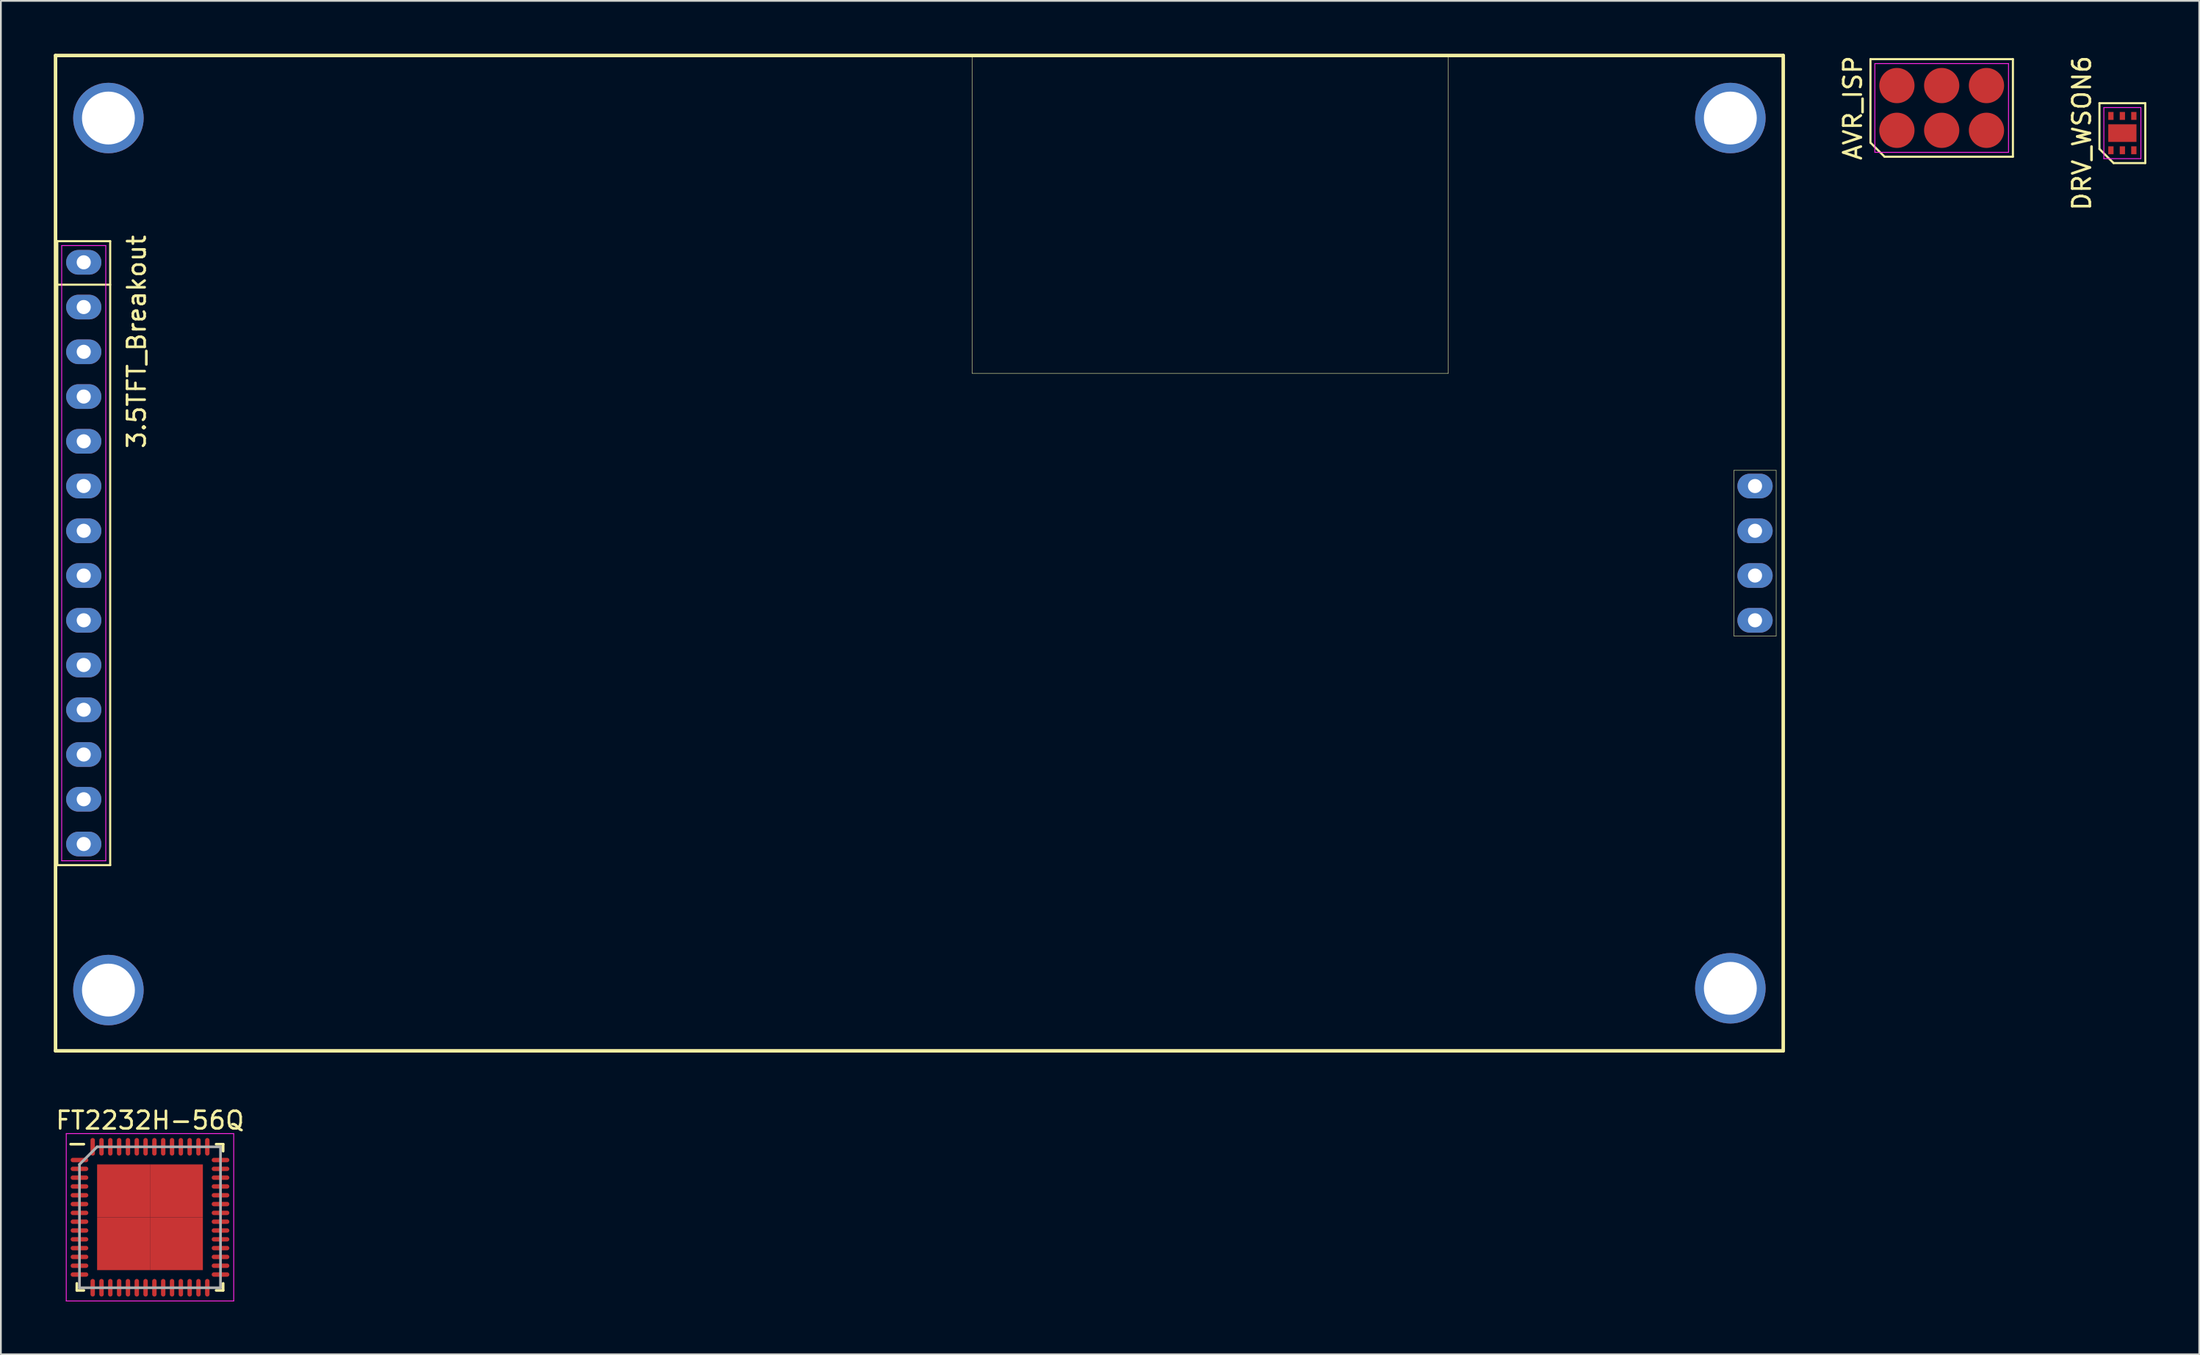
<source format=kicad_pcb>
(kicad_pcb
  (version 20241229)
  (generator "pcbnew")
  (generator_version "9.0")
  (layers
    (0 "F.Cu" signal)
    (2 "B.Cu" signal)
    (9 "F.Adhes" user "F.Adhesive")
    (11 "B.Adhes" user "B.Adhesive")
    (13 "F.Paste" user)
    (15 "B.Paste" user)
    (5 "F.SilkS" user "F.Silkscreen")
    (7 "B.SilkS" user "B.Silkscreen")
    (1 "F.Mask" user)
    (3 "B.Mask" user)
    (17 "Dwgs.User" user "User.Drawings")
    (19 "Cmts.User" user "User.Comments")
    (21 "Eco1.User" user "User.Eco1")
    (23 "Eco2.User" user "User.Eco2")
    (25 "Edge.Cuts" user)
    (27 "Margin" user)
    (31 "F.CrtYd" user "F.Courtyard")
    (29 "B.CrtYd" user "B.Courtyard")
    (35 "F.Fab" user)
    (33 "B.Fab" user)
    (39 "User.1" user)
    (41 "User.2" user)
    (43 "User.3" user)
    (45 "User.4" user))
  (footprint "3.5TFT_Breakout"
    (layer "F.Cu")
    (at 49.1 28.35)
    (property "Reference" "3.5TFT_Breakout" (at -44.4 -12 270) (layer "F.SilkS") (effects (font (size 1 1) (thickness 0.15))))
    (attr through_hole)
    (fp_line (start -49 -28.25) (end -49 28.25) (stroke (width 0.2) (type solid)) (layer "F.SilkS"))
    (fp_line (start -49 28.25) (end 49 28.25) (stroke (width 0.2) (type solid)) (layer "F.SilkS"))
    (fp_line (start -48.9 -17.71) (end -45.9 -17.71) (stroke (width 0.12) (type solid)) (layer "F.SilkS"))
    (fp_line (start -48.9 17.71) (end -48.9 -17.71) (stroke (width 0.12) (type solid)) (layer "F.SilkS"))
    (fp_line (start -45.9 -17.71) (end -45.9 17.71) (stroke (width 0.12) (type solid)) (layer "F.SilkS"))
    (fp_line (start -45.9 -15.24) (end -48.9 -15.24) (stroke (width 0.12) (type solid)) (layer "F.SilkS"))
    (fp_line (start -45.9 17.71) (end -48.9 17.71) (stroke (width 0.12) (type solid)) (layer "F.SilkS"))
    (fp_line (start 3 -10.2) (end 3 -28.2) (stroke (width 0.025) (type solid)) (layer "F.SilkS"))
    (fp_line (start 30 -28.2) (end 30 -10.2) (stroke (width 0.025) (type solid)) (layer "F.SilkS"))
    (fp_line (start 30 -10.2) (end 3 -10.2) (stroke (width 0.025) (type solid)) (layer "F.SilkS"))
    (fp_line (start 46.2 -4.7) (end 46.2 4.7) (stroke (width 0.025) (type solid)) (layer "F.SilkS"))
    (fp_line (start 46.2 -4.7) (end 48.6 -4.7) (stroke (width 0.025) (type solid)) (layer "F.SilkS"))
    (fp_line (start 46.2 4.7) (end 48.6 4.7) (stroke (width 0.025) (type solid)) (layer "F.SilkS"))
    (fp_line (start 48.6 -4.7) (end 48.6 4.7) (stroke (width 0.025) (type solid)) (layer "F.SilkS"))
    (fp_line (start 49 -28.25) (end -49 -28.25) (stroke (width 0.2) (type solid)) (layer "F.SilkS"))
    (fp_line (start 49 28.25) (end 49 -28.25) (stroke (width 0.2) (type solid)) (layer "F.SilkS"))
    (fp_line (start -48.65 -17.46) (end -46.15 -17.46) (stroke (width 0.05) (type solid)) (layer "F.CrtYd"))
    (fp_line (start -48.65 17.46) (end -48.65 -17.46) (stroke (width 0.05) (type solid)) (layer "F.CrtYd"))
    (fp_line (start -46.15 -17.46) (end -46.15 17.46) (stroke (width 0.05) (type solid)) (layer "F.CrtYd"))
    (fp_line (start -46.15 17.46) (end -48.65 17.46) (stroke (width 0.05) (type solid)) (layer "F.CrtYd"))
    (pad "" np_thru_hole circle (at -46 -24.7 270) (size 4 4) (drill 3) (layers "*.Cu" "*.Mask"))
    (pad "" np_thru_hole circle (at -46 24.8 270) (size 4 4) (drill 3) (layers "*.Cu" "*.Mask"))
    (pad "" np_thru_hole circle (at 46 -24.7 270) (size 4 4) (drill 3) (layers "*.Cu" "*.Mask"))
    (pad "" np_thru_hole circle (at 46 24.7 270) (size 4 4) (drill 3) (layers "*.Cu" "*.Mask"))
    (pad "1" thru_hole oval (at -47.4 -16.51 270) (size 1.4 2) (drill 0.8) (layers "*.Cu" "*.Mask"))
    (pad "2" thru_hole oval (at -47.4 -13.97 270) (size 1.4 2) (drill 0.8) (layers "*.Cu" "*.Mask"))
    (pad "3" thru_hole oval (at -47.4 -11.43 270) (size 1.4 2) (drill 0.8) (layers "*.Cu" "*.Mask"))
    (pad "4" thru_hole oval (at -47.4 -8.89 270) (size 1.4 2) (drill 0.8) (layers "*.Cu" "*.Mask"))
    (pad "5" thru_hole oval (at -47.4 -6.35 270) (size 1.4 2) (drill 0.8) (layers "*.Cu" "*.Mask"))
    (pad "6" thru_hole oval (at -47.4 -3.81 270) (size 1.4 2) (drill 0.8) (layers "*.Cu" "*.Mask"))
    (pad "7" thru_hole oval (at -47.4 -1.27 270) (size 1.4 2) (drill 0.8) (layers "*.Cu" "*.Mask"))
    (pad "8" thru_hole oval (at -47.4 1.27 270) (size 1.4 2) (drill 0.8) (layers "*.Cu" "*.Mask"))
    (pad "9" thru_hole oval (at -47.4 3.81 270) (size 1.4 2) (drill 0.8) (layers "*.Cu" "*.Mask"))
    (pad "10" thru_hole oval (at -47.4 6.35 270) (size 1.4 2) (drill 0.8) (layers "*.Cu" "*.Mask"))
    (pad "11" thru_hole oval (at -47.4 8.89 270) (size 1.4 2) (drill 0.8) (layers "*.Cu" "*.Mask"))
    (pad "12" thru_hole oval (at -47.4 11.43 270) (size 1.4 2) (drill 0.8) (layers "*.Cu" "*.Mask"))
    (pad "13" thru_hole oval (at -47.4 13.97 270) (size 1.4 2) (drill 0.8) (layers "*.Cu" "*.Mask"))
    (pad "14" thru_hole oval (at -47.4 16.51 270) (size 1.4 2) (drill 0.8) (layers "*.Cu" "*.Mask"))
    (pad "15" thru_hole oval (at 47.4 3.81 270) (size 1.4 2) (drill 0.8) (layers "*.Cu" "*.Mask"))
    (pad "16" thru_hole oval (at 47.4 1.27 270) (size 1.4 2) (drill 0.8) (layers "*.Cu" "*.Mask"))
    (pad "17" thru_hole oval (at 47.4 -1.27 270) (size 1.4 2) (drill 0.8) (layers "*.Cu" "*.Mask"))
    (pad "18" thru_hole oval (at 47.4 -3.81 270) (size 1.4 2) (drill 0.8) (layers "*.Cu" "*.Mask")))
  (footprint "DRV_WSON6"
    (layer "F.Cu")
    (at 117.337 4.506)
    (property "Reference" "DRV_WSON6" (at -2.3 0 90) (layer "F.SilkS") (effects (font (size 1 1) (thickness 0.15))))
    (attr smd)
    (fp_line (start -1.3 -1.7) (end 1.3 -1.7) (stroke (width 0.12) (type solid)) (layer "F.SilkS"))
    (fp_line (start -1.3 0.9) (end -1.3 -1.7) (stroke (width 0.12) (type solid)) (layer "F.SilkS"))
    (fp_line (start -0.5 1.7) (end -1.3 0.9) (stroke (width 0.12) (type solid)) (layer "F.SilkS"))
    (fp_line (start 1.3 -1.7) (end 1.3 1.7) (stroke (width 0.12) (type solid)) (layer "F.SilkS"))
    (fp_line (start 1.3 1.7) (end -0.5 1.7) (stroke (width 0.12) (type solid)) (layer "F.SilkS"))
    (fp_line (start -1.05 -1.45) (end 1.05 -1.45) (stroke (width 0.05) (type solid)) (layer "F.CrtYd"))
    (fp_line (start -1.05 1.45) (end -1.05 -1.45) (stroke (width 0.05) (type solid)) (layer "F.CrtYd"))
    (fp_line (start 1.05 -1.45) (end 1.05 1.45) (stroke (width 0.05) (type solid)) (layer "F.CrtYd"))
    (fp_line (start 1.05 1.45) (end -1.05 1.45) (stroke (width 0.05) (type solid)) (layer "F.CrtYd"))
    (pad "1" smd rect (at -0.65 0.975) (size 0.3 0.45) (layers "F.Cu" "F.Mask" "F.Paste"))
    (pad "1" smd rect (at 0 0) (size 1.6 1) (layers "F.Cu" "F.Mask" "F.Paste"))
    (pad "2" smd rect (at 0 0.975) (size 0.3 0.45) (layers "F.Cu" "F.Mask" "F.Paste"))
    (pad "3" smd rect (at 0.65 0.975) (size 0.3 0.45) (layers "F.Cu" "F.Mask" "F.Paste"))
    (pad "4" smd rect (at 0.65 -0.975) (size 0.3 0.45) (layers "F.Cu" "F.Mask" "F.Paste"))
    (pad "5" smd rect (at 0 -0.975) (size 0.3 0.45) (layers "F.Cu" "F.Mask" "F.Paste"))
    (pad "6" smd rect (at -0.65 -0.975) (size 0.3 0.45) (layers "F.Cu" "F.Mask" "F.Paste")))
  (footprint "FT2232H-56Q"
    (layer "F.Cu")
    (at 5.458 66.048)
    (property "Reference" "FT2232H-56Q" (at 0 -5.5 0) (layer "F.SilkS") (effects (font (size 1 1) (thickness 0.15))))
    (attr smd)
    (fp_line (start -4.15 4.15) (end -4.15 3.75) (stroke (width 0.15) (type solid)) (layer "F.SilkS"))
    (fp_line (start -3.75 -4.15) (end -4.5 -4.15) (stroke (width 0.15) (type solid)) (layer "F.SilkS"))
    (fp_line (start -3.75 4.15) (end -4.15 4.15) (stroke (width 0.15) (type solid)) (layer "F.SilkS"))
    (fp_line (start 3.75 -4.15) (end 4.15 -4.15) (stroke (width 0.15) (type solid)) (layer "F.SilkS"))
    (fp_line (start 3.75 4.15) (end 4.15 4.15) (stroke (width 0.15) (type solid)) (layer "F.SilkS"))
    (fp_line (start 4.15 -4.15) (end 4.15 -3.75) (stroke (width 0.15) (type solid)) (layer "F.SilkS"))
    (fp_line (start 4.15 4.15) (end 4.15 3.75) (stroke (width 0.15) (type solid)) (layer "F.SilkS"))
    (fp_line (start -4.75 -4.75) (end 4.75 -4.75) (stroke (width 0.05) (type solid)) (layer "F.CrtYd"))
    (fp_line (start -4.75 4.75) (end -4.75 -4.75) (stroke (width 0.05) (type solid)) (layer "F.CrtYd"))
    (fp_line (start 4.75 -4.75) (end 4.75 4.75) (stroke (width 0.05) (type solid)) (layer "F.CrtYd"))
    (fp_line (start 4.75 4.75) (end -4.75 4.75) (stroke (width 0.05) (type solid)) (layer "F.CrtYd"))
    (fp_line (start -4 -3) (end -4 4) (stroke (width 0.15) (type solid)) (layer "F.Fab"))
    (fp_line (start -4 4) (end 4 4) (stroke (width 0.15) (type solid)) (layer "F.Fab"))
    (fp_line (start -3 -4) (end -4 -3) (stroke (width 0.15) (type solid)) (layer "F.Fab"))
    (fp_line (start 4 -4) (end -3 -4) (stroke (width 0.15) (type solid)) (layer "F.Fab"))
    (fp_line (start 4 4) (end 4 -4) (stroke (width 0.15) (type solid)) (layer "F.Fab"))
    (pad "1" smd oval (at -4 -3.25 90) (size 0.25 1) (layers "F.Cu" "F.Mask" "F.Paste"))
    (pad "2" smd oval (at -4 -2.75 90) (size 0.25 1) (layers "F.Cu" "F.Mask" "F.Paste"))
    (pad "3" smd oval (at -4 -2.25 90) (size 0.25 1) (layers "F.Cu" "F.Mask" "F.Paste"))
    (pad "4" smd oval (at -4 -1.75 90) (size 0.25 1) (layers "F.Cu" "F.Mask" "F.Paste"))
    (pad "5" smd oval (at -4 -1.25 90) (size 0.25 1) (layers "F.Cu" "F.Mask" "F.Paste"))
    (pad "6" smd oval (at -4 -0.75 90) (size 0.25 1) (layers "F.Cu" "F.Mask" "F.Paste"))
    (pad "7" smd oval (at -4 -0.25 90) (size 0.25 1) (layers "F.Cu" "F.Mask" "F.Paste"))
    (pad "8" smd oval (at -4 0.25 90) (size 0.25 1) (layers "F.Cu" "F.Mask" "F.Paste"))
    (pad "9" smd oval (at -4 0.75 90) (size 0.25 1) (layers "F.Cu" "F.Mask" "F.Paste"))
    (pad "10" smd oval (at -4 1.25 90) (size 0.25 1) (layers "F.Cu" "F.Mask" "F.Paste"))
    (pad "11" smd oval (at -4 1.75 90) (size 0.25 1) (layers "F.Cu" "F.Mask" "F.Paste"))
    (pad "12" smd oval (at -4 2.25 90) (size 0.25 1) (layers "F.Cu" "F.Mask" "F.Paste"))
    (pad "13" smd oval (at -4 2.75 90) (size 0.25 1) (layers "F.Cu" "F.Mask" "F.Paste"))
    (pad "14" smd oval (at -4 3.25 90) (size 0.25 1) (layers "F.Cu" "F.Mask" "F.Paste"))
    (pad "15" smd oval (at -3.25 4) (size 0.25 1) (layers "F.Cu" "F.Mask" "F.Paste"))
    (pad "16" smd oval (at -2.75 4) (size 0.25 1) (layers "F.Cu" "F.Mask" "F.Paste"))
    (pad "17" smd oval (at -2.25 4) (size 0.25 1) (layers "F.Cu" "F.Mask" "F.Paste"))
    (pad "18" smd oval (at -1.75 4) (size 0.25 1) (layers "F.Cu" "F.Mask" "F.Paste"))
    (pad "19" smd oval (at -1.25 4) (size 0.25 1) (layers "F.Cu" "F.Mask" "F.Paste"))
    (pad "20" smd oval (at -0.75 4) (size 0.25 1) (layers "F.Cu" "F.Mask" "F.Paste"))
    (pad "21" smd oval (at -0.25 4) (size 0.25 1) (layers "F.Cu" "F.Mask" "F.Paste"))
    (pad "22" smd oval (at 0.25 4) (size 0.25 1) (layers "F.Cu" "F.Mask" "F.Paste"))
    (pad "23" smd oval (at 0.75 4) (size 0.25 1) (layers "F.Cu" "F.Mask" "F.Paste"))
    (pad "24" smd oval (at 1.25 4) (size 0.25 1) (layers "F.Cu" "F.Mask" "F.Paste"))
    (pad "25" smd oval (at 1.75 4) (size 0.25 1) (layers "F.Cu" "F.Mask" "F.Paste"))
    (pad "26" smd oval (at 2.25 4) (size 0.25 1) (layers "F.Cu" "F.Mask" "F.Paste"))
    (pad "27" smd oval (at 2.75 4) (size 0.25 1) (layers "F.Cu" "F.Mask" "F.Paste"))
    (pad "28" smd oval (at 3.25 4) (size 0.25 1) (layers "F.Cu" "F.Mask" "F.Paste"))
    (pad "29" smd oval (at 4 3.25 90) (size 0.25 1) (layers "F.Cu" "F.Mask" "F.Paste"))
    (pad "30" smd oval (at 4 2.75 90) (size 0.25 1) (layers "F.Cu" "F.Mask" "F.Paste"))
    (pad "31" smd oval (at 4 2.25 90) (size 0.25 1) (layers "F.Cu" "F.Mask" "F.Paste"))
    (pad "32" smd oval (at 4 1.75 90) (size 0.25 1) (layers "F.Cu" "F.Mask" "F.Paste"))
    (pad "33" smd oval (at 4 1.25 90) (size 0.25 1) (layers "F.Cu" "F.Mask" "F.Paste"))
    (pad "34" smd oval (at 4 0.75 90) (size 0.25 1) (layers "F.Cu" "F.Mask" "F.Paste"))
    (pad "35" smd oval (at 4 0.25 90) (size 0.25 1) (layers "F.Cu" "F.Mask" "F.Paste"))
    (pad "36" smd oval (at 4 -0.25 90) (size 0.25 1) (layers "F.Cu" "F.Mask" "F.Paste"))
    (pad "37" smd oval (at 4 -0.75 90) (size 0.25 1) (layers "F.Cu" "F.Mask" "F.Paste"))
    (pad "38" smd oval (at 4 -1.25 90) (size 0.25 1) (layers "F.Cu" "F.Mask" "F.Paste"))
    (pad "39" smd oval (at 4 -1.75 90) (size 0.25 1) (layers "F.Cu" "F.Mask" "F.Paste"))
    (pad "40" smd oval (at 4 -2.25 90) (size 0.25 1) (layers "F.Cu" "F.Mask" "F.Paste"))
    (pad "41" smd oval (at 4 -2.75 90) (size 0.25 1) (layers "F.Cu" "F.Mask" "F.Paste"))
    (pad "42" smd oval (at 4 -3.25 90) (size 0.25 1) (layers "F.Cu" "F.Mask" "F.Paste"))
    (pad "43" smd oval (at 3.25 -4) (size 0.25 1) (layers "F.Cu" "F.Mask" "F.Paste"))
    (pad "44" smd oval (at 2.75 -4) (size 0.25 1) (layers "F.Cu" "F.Mask" "F.Paste"))
    (pad "45" smd rect (at -1.5 -1.5) (size 3 3) (layers "F.Cu" "F.Mask" "F.Paste"))
    (pad "45" smd rect (at -1.5 1.5) (size 3 3) (layers "F.Cu" "F.Mask" "F.Paste"))
    (pad "45" smd rect (at 1.5 -1.5) (size 3 3) (layers "F.Cu" "F.Mask" "F.Paste"))
    (pad "45" smd rect (at 1.5 1.5) (size 3 3) (layers "F.Cu" "F.Mask" "F.Paste"))
    (pad "45" smd oval (at 2.25 -4) (size 0.25 1) (layers "F.Cu" "F.Mask" "F.Paste"))
    (pad "46" smd oval (at 1.75 -4) (size 0.25 1) (layers "F.Cu" "F.Mask" "F.Paste"))
    (pad "47" smd oval (at 1.25 -4) (size 0.25 1) (layers "F.Cu" "F.Mask" "F.Paste"))
    (pad "48" smd oval (at 0.75 -4) (size 0.25 1) (layers "F.Cu" "F.Mask" "F.Paste"))
    (pad "49" smd oval (at 0.25 -4) (size 0.25 1) (layers "F.Cu" "F.Mask" "F.Paste"))
    (pad "50" smd oval (at -0.25 -4) (size 0.25 1) (layers "F.Cu" "F.Mask" "F.Paste"))
    (pad "51" smd oval (at -0.75 -4) (size 0.25 1) (layers "F.Cu" "F.Mask" "F.Paste"))
    (pad "52" smd oval (at -1.25 -4) (size 0.25 1) (layers "F.Cu" "F.Mask" "F.Paste"))
    (pad "53" smd oval (at -1.75 -4) (size 0.25 1) (layers "F.Cu" "F.Mask" "F.Paste"))
    (pad "54" smd oval (at -2.25 -4) (size 0.25 1) (layers "F.Cu" "F.Mask" "F.Paste"))
    (pad "55" smd oval (at -2.75 -4) (size 0.25 1) (layers "F.Cu" "F.Mask" "F.Paste"))
    (pad "56" smd oval (at -3.25 -4) (size 0.25 1) (layers "F.Cu" "F.Mask" "F.Paste")))
  (footprint "AVR_ISP"
    (layer "F.Cu")
    (at 107.088 3.077)
    (property "Reference" "AVR_ISP" (at -5.04 0 90) (layer "F.SilkS") (effects (font (size 1 1) (thickness 0.15))))
    (attr smd)
    (fp_line (start -4.04 -2.77) (end 4.04 -2.77) (stroke (width 0.12) (type solid)) (layer "F.SilkS"))
    (fp_line (start -4.04 1.97) (end -4.04 -2.77) (stroke (width 0.12) (type solid)) (layer "F.SilkS"))
    (fp_line (start -3.24 2.77) (end -4.04 1.97) (stroke (width 0.12) (type solid)) (layer "F.SilkS"))
    (fp_line (start 4.04 -2.77) (end 4.04 2.77) (stroke (width 0.12) (type solid)) (layer "F.SilkS"))
    (fp_line (start 4.04 2.77) (end -3.24 2.77) (stroke (width 0.12) (type solid)) (layer "F.SilkS"))
    (fp_line (start -3.79 -2.52) (end 3.79 -2.52) (stroke (width 0.05) (type solid)) (layer "F.CrtYd"))
    (fp_line (start -3.79 2.52) (end -3.79 -2.52) (stroke (width 0.05) (type solid)) (layer "F.CrtYd"))
    (fp_line (start 3.79 -2.52) (end 3.79 2.52) (stroke (width 0.05) (type solid)) (layer "F.CrtYd"))
    (fp_line (start 3.79 2.52) (end -3.79 2.52) (stroke (width 0.05) (type solid)) (layer "F.CrtYd"))
    (pad "1" smd circle (at -2.54 1.27) (size 2 2) (layers "F.Cu" "F.Mask" "F.Paste"))
    (pad "2" smd circle (at -2.54 -1.27) (size 2 2) (layers "F.Cu" "F.Mask" "F.Paste"))
    (pad "3" smd circle (at 0 1.27) (size 2 2) (layers "F.Cu" "F.Mask" "F.Paste"))
    (pad "4" smd circle (at 0 -1.27) (size 2 2) (layers "F.Cu" "F.Mask" "F.Paste"))
    (pad "5" smd circle (at 2.54 1.27) (size 2 2) (layers "F.Cu" "F.Mask" "F.Paste"))
    (pad "6" smd circle (at 2.54 -1.27) (size 2 2) (layers "F.Cu" "F.Mask" "F.Paste")))
  (gr_rect
    (start -3 -3)
    (end 121.697 73.823)
    (stroke (width 0.1) (type default))
    (fill no)
    (layer "Edge.Cuts")))
</source>
